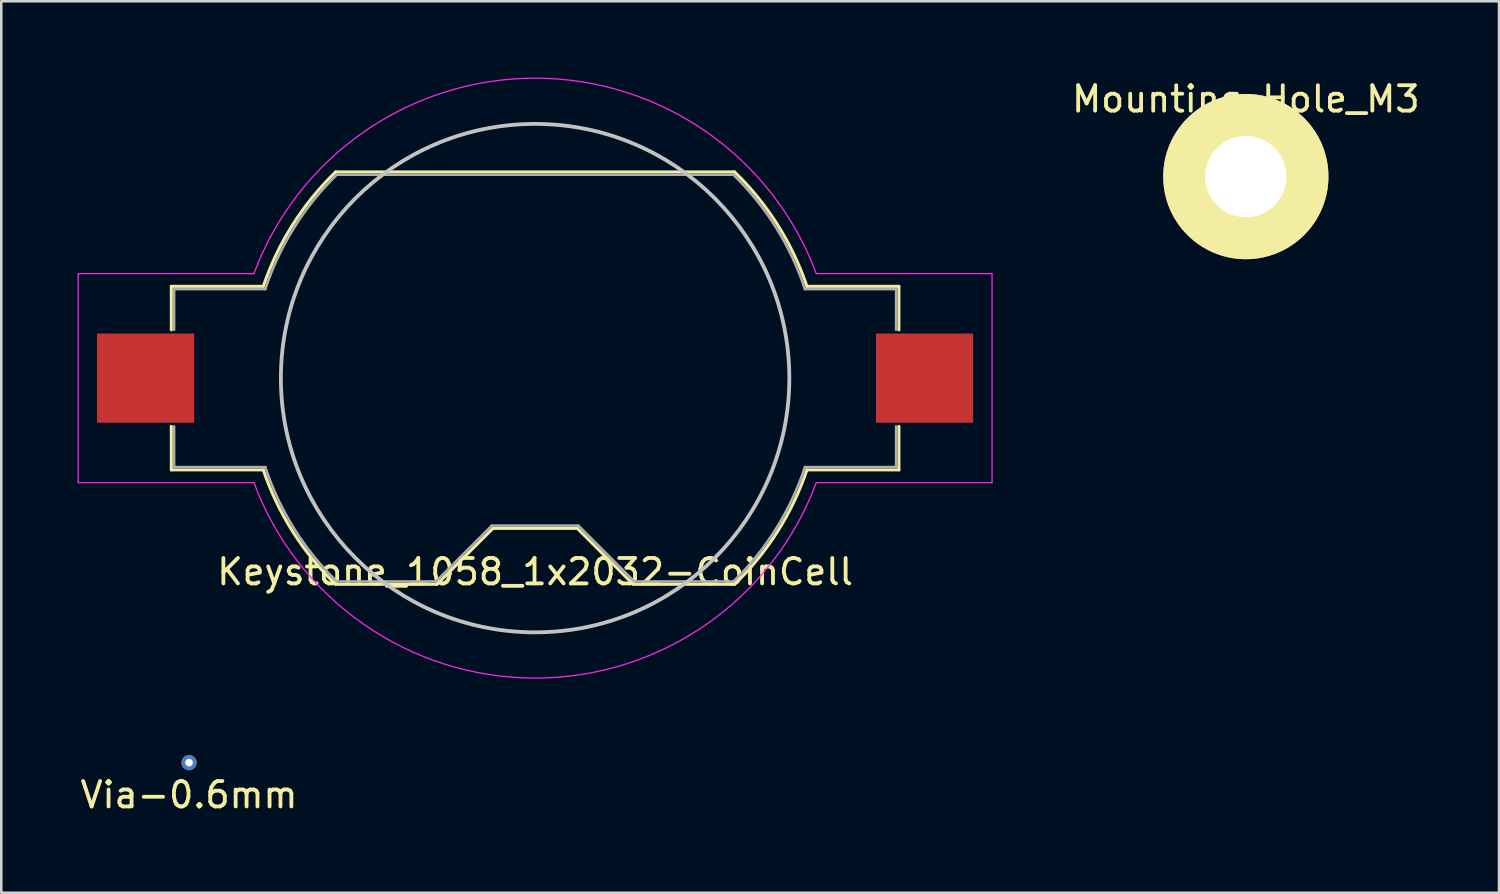
<source format=kicad_pcb>
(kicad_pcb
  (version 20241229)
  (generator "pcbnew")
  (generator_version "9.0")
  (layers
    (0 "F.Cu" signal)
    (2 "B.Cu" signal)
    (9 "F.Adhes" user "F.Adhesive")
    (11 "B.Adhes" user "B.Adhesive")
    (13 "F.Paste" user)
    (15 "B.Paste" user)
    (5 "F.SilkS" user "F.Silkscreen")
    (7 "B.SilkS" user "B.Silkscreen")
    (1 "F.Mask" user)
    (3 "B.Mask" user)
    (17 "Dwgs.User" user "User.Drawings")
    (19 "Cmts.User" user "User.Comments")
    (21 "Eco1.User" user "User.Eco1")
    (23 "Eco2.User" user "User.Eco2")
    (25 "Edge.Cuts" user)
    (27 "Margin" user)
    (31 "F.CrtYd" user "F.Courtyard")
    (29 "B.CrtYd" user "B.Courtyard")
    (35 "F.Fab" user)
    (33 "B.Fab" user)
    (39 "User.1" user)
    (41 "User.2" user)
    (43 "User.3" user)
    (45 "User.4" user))
  (footprint "Keystone_1058_1x2032-CoinCell"
    (layer "F.Cu")
    (at 17.999 11.824)
    (property "Reference" "Keystone_1058_1x2032-CoinCell" (at 0 7.62 0) (layer "F.SilkS") (effects (font (size 1 1) (thickness 0.15))))
    (attr smd)
    (fp_line (start -14.31 -3.61) (end -10.692 -3.61) (stroke (width 0.12) (type solid)) (layer "F.SilkS"))
    (fp_line (start -14.31 -1.9) (end -14.31 -3.61) (stroke (width 0.12) (type solid)) (layer "F.SilkS"))
    (fp_line (start -14.31 1.9) (end -14.31 3.61) (stroke (width 0.12) (type solid)) (layer "F.SilkS"))
    (fp_line (start -10.692 3.61) (end -14.31 3.61) (stroke (width 0.12) (type solid)) (layer "F.SilkS"))
    (fp_line (start -7.847 -8.11) (end 7.847 -8.11) (stroke (width 0.12) (type solid)) (layer "F.SilkS"))
    (fp_line (start -3.86 8.11) (end -7.847 8.11) (stroke (width 0.12) (type solid)) (layer "F.SilkS"))
    (fp_line (start -1.66 5.91) (end -3.86 8.11) (stroke (width 0.12) (type solid)) (layer "F.SilkS"))
    (fp_line (start 1.66 5.91) (end -1.66 5.91) (stroke (width 0.12) (type solid)) (layer "F.SilkS"))
    (fp_line (start 1.66 5.91) (end 3.86 8.11) (stroke (width 0.12) (type solid)) (layer "F.SilkS"))
    (fp_line (start 7.847 8.11) (end 3.86 8.11) (stroke (width 0.12) (type solid)) (layer "F.SilkS"))
    (fp_line (start 10.692 -3.61) (end 14.31 -3.61) (stroke (width 0.12) (type solid)) (layer "F.SilkS"))
    (fp_line (start 14.31 -1.9) (end 14.31 -3.61) (stroke (width 0.12) (type solid)) (layer "F.SilkS"))
    (fp_line (start 14.31 1.9) (end 14.31 3.61) (stroke (width 0.12) (type solid)) (layer "F.SilkS"))
    (fp_line (start 14.31 3.61) (end 10.692 3.61) (stroke (width 0.12) (type solid)) (layer "F.SilkS"))
    (fp_arc (start -10.692 -3.61) (mid -9.538084 -6.031244) (end -7.845371 -8.111789) (stroke (width 0.12) (type solid)) (layer "F.SilkS"))
    (fp_arc (start -7.845371 8.111789) (mid -9.538085 6.031244) (end -10.692 3.61) (stroke (width 0.12) (type solid)) (layer "F.SilkS"))
    (fp_arc (start 7.845371 -8.111789) (mid 9.538085 -6.031244) (end 10.692 -3.61) (stroke (width 0.12) (type solid)) (layer "F.SilkS"))
    (fp_arc (start 10.692 3.61) (mid 9.538084 6.031244) (end 7.845371 8.111789) (stroke (width 0.12) (type solid)) (layer "F.SilkS"))
    (fp_circle (center 0 0) (end 10 0) (stroke (width 0.15) (type solid)) (fill no) (layer "Dwgs.User"))
    (fp_line (start -17.974 -4.11) (end -17.974 4.11) (stroke (width 0.05) (type solid)) (layer "F.CrtYd"))
    (fp_line (start -17.974 -4.11) (end -11.06 -4.11) (stroke (width 0.05) (type solid)) (layer "F.CrtYd"))
    (fp_line (start -17.974 4.11) (end -11.06 4.11) (stroke (width 0.05) (type solid)) (layer "F.CrtYd"))
    (fp_line (start 11.06 4.11) (end 17.974 4.11) (stroke (width 0.05) (type solid)) (layer "F.CrtYd"))
    (fp_line (start 17.974 -4.11) (end 11.06 -4.11) (stroke (width 0.05) (type solid)) (layer "F.CrtYd"))
    (fp_line (start 17.974 4.11) (end 17.974 -4.11) (stroke (width 0.05) (type solid)) (layer "F.CrtYd"))
    (fp_arc (start -11.06 -4.11) (mid -0.002978 -11.79897) (end 11.057924 -4.115582) (stroke (width 0.05) (type solid)) (layer "F.CrtYd"))
    (fp_arc (start 11.06 4.11) (mid 0.002978 11.79897) (end -11.057924 4.115582) (stroke (width 0.05) (type solid)) (layer "F.CrtYd"))
    (fp_line (start -14.2 -3.5) (end -14.2 -1.9) (stroke (width 0.1) (type solid)) (layer "F.Fab"))
    (fp_line (start -14.2 -3.5) (end -10.613 -3.5) (stroke (width 0.1) (type solid)) (layer "F.Fab"))
    (fp_line (start -14.2 1.9) (end -14.2 3.5) (stroke (width 0.1) (type solid)) (layer "F.Fab"))
    (fp_line (start -14.2 3.5) (end -10.613 3.5) (stroke (width 0.1) (type solid)) (layer "F.Fab"))
    (fp_line (start -7.803 -8) (end 7.803 -8) (stroke (width 0.1) (type solid)) (layer "F.Fab"))
    (fp_line (start -3.9 8) (end -7.803 8) (stroke (width 0.1) (type solid)) (layer "F.Fab"))
    (fp_line (start -1.7 5.8) (end -3.9 8) (stroke (width 0.1) (type solid)) (layer "F.Fab"))
    (fp_line (start -1.7 5.8) (end 1.7 5.8) (stroke (width 0.1) (type solid)) (layer "F.Fab"))
    (fp_line (start 1.7 5.8) (end 3.9 8) (stroke (width 0.1) (type solid)) (layer "F.Fab"))
    (fp_line (start 3.9 8) (end 7.803 8) (stroke (width 0.1) (type solid)) (layer "F.Fab"))
    (fp_line (start 10.613 -3.5) (end 14.2 -3.5) (stroke (width 0.1) (type solid)) (layer "F.Fab"))
    (fp_line (start 14.2 -3.5) (end 14.2 -1.9) (stroke (width 0.1) (type solid)) (layer "F.Fab"))
    (fp_line (start 14.2 1.9) (end 14.2 3.5) (stroke (width 0.1) (type solid)) (layer "F.Fab"))
    (fp_line (start 14.2 3.5) (end 10.613 3.5) (stroke (width 0.1) (type solid)) (layer "F.Fab"))
    (fp_arc (start -10.61275 -3.5) (mid -9.478596 -5.919179) (end -7.802602 -7.999992) (stroke (width 0.1) (type solid)) (layer "F.Fab"))
    (fp_arc (start -7.802602 7.999992) (mid -9.478596 5.91918) (end -10.61275 3.5) (stroke (width 0.1) (type solid)) (layer "F.Fab"))
    (fp_arc (start 7.802602 -7.999992) (mid 9.478596 -5.91918) (end 10.61275 -3.5) (stroke (width 0.1) (type solid)) (layer "F.Fab"))
    (fp_arc (start 10.61275 3.5) (mid 9.478596 5.919179) (end 7.802602 7.999992) (stroke (width 0.1) (type solid)) (layer "F.Fab"))
    (pad "1" smd rect (at -15.32 0) (size 3.82 3.51) (layers "F.Cu" "F.Mask" "F.Paste"))
    (pad "2" smd rect (at 15.32 0) (size 3.82 3.51) (layers "F.Cu" "F.Mask" "F.Paste")))
  (footprint "Via-0.6mm"
    (layer "F.Cu")
    (at 4.387 26.948)
    (property "Reference" "Via-0.6mm" (at 0 1.27 0) (layer "F.SilkS") (effects (font (size 1 1) (thickness 0.15))))
    (attr through_hole)
    (pad "1" thru_hole circle (at 0 0) (size 0.6 0.6) (drill 0.3) (layers "*.Cu")))
  (footprint "Mounting_Hole_M3"
    (layer "F.Cu")
    (at 45.956 3.896)
    (property "Reference" "Mounting_Hole_M3" (at 0 -3.048 0) (layer "F.SilkS") (effects (font (size 1 1) (thickness 0.15))))
    (attr through_hole)
    (fp_circle (center 0 0) (end 0 -2.286) (stroke (width 0.15) (type solid)) (fill no) (layer "F.SilkS"))
    (pad "" np_thru_hole circle (at 0 0) (size 6.5 6.5) (drill 3.2) (layers "*.Cu" "*.Mask" "F.SilkS")))
  (gr_rect
    (start -3 -3)
    (end 55.915 32.066)
    (stroke (width 0.1) (type default))
    (fill no)
    (layer "Edge.Cuts")))
</source>
